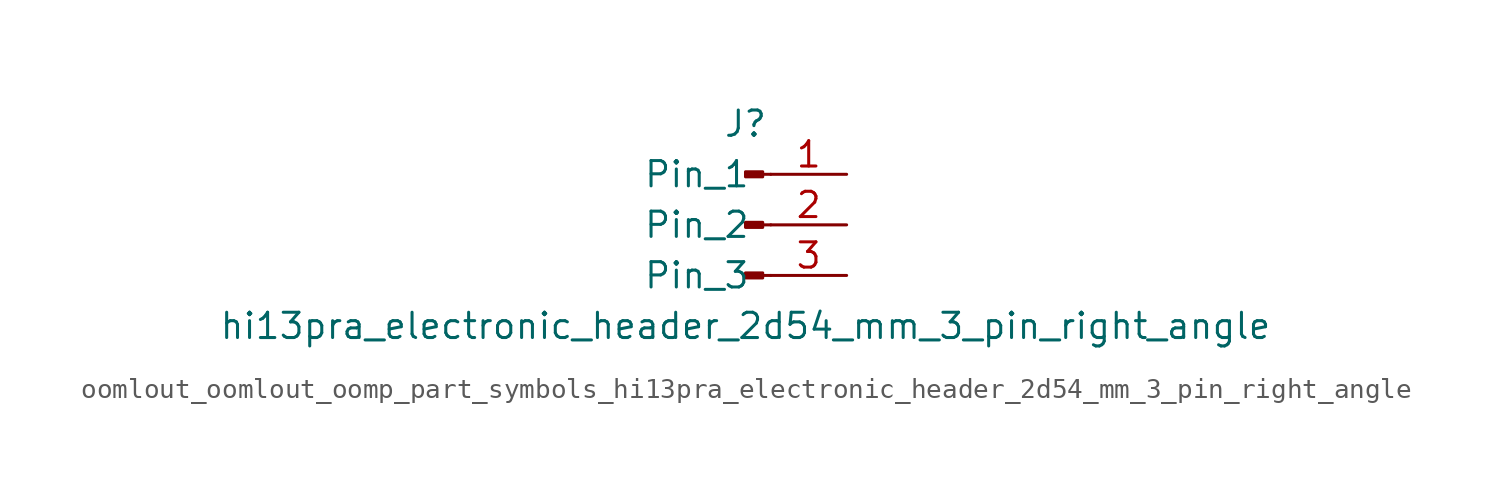
<source format=kicad_sym>
(kicad_symbol_lib
  (version 20220914)
  (generator kicad_symbol_editor)
  (symbol "oomlout_oomlout_oomp_part_symbols_hi13pra_electronic_header_2d54_mm_3_pin_right_angle"
    (pin_names
      (offset 1.016))
    (property "Reference" "J"
      (at 0 5.08 0)
      (effects (font (size 1.27 1.27))))
    (property "Value" "hi13pra_electronic_header_2d54_mm_3_pin_right_angle"
      (at 0 -5.08 0)
      (effects (font (size 1.27 1.27))))
    (property "ki_locked" ""
      (at 0 0 0)
      (effects (font (size 1.27 1.27))))
    (symbol "oomlout_oomlout_oomp_part_symbols_hi13pra_electronic_header_2d54_mm_3_pin_right_angle_1_1"
      (polyline (pts (xy 1.27 -2.54) (xy 0.864 -2.54)) (stroke (width 0.152) (type default)) (fill (type none)))
      (polyline (pts (xy 1.27 0) (xy 0.864 0)) (stroke (width 0.152) (type default)) (fill (type none)))
      (polyline (pts (xy 1.27 2.54) (xy 0.864 2.54)) (stroke (width 0.152) (type default)) (fill (type none)))
      (rectangle (start 0.864 -2.413) (end 0 -2.667) (stroke (width 0.152) (type default)) (fill (type outline)))
      (rectangle (start 0.864 0.127) (end 0 -0.127) (stroke (width 0.152) (type default)) (fill (type outline)))
      (rectangle (start 0.864 2.667) (end 0 2.413) (stroke (width 0.152) (type default)) (fill (type outline)))
      (pin passive line (at 5.08 2.54 180) (length 3.81) (name "Pin_1" (effects (font (size 1.27 1.27)))) (number "1" (effects (font (size 1.27 1.27)))))
      (pin passive line (at 5.08 0 180) (length 3.81) (name "Pin_2" (effects (font (size 1.27 1.27)))) (number "2" (effects (font (size 1.27 1.27)))))
      (pin passive line (at 5.08 -2.54 180) (length 3.81) (name "Pin_3" (effects (font (size 1.27 1.27)))) (number "3" (effects (font (size 1.27 1.27))))))))
</source>
